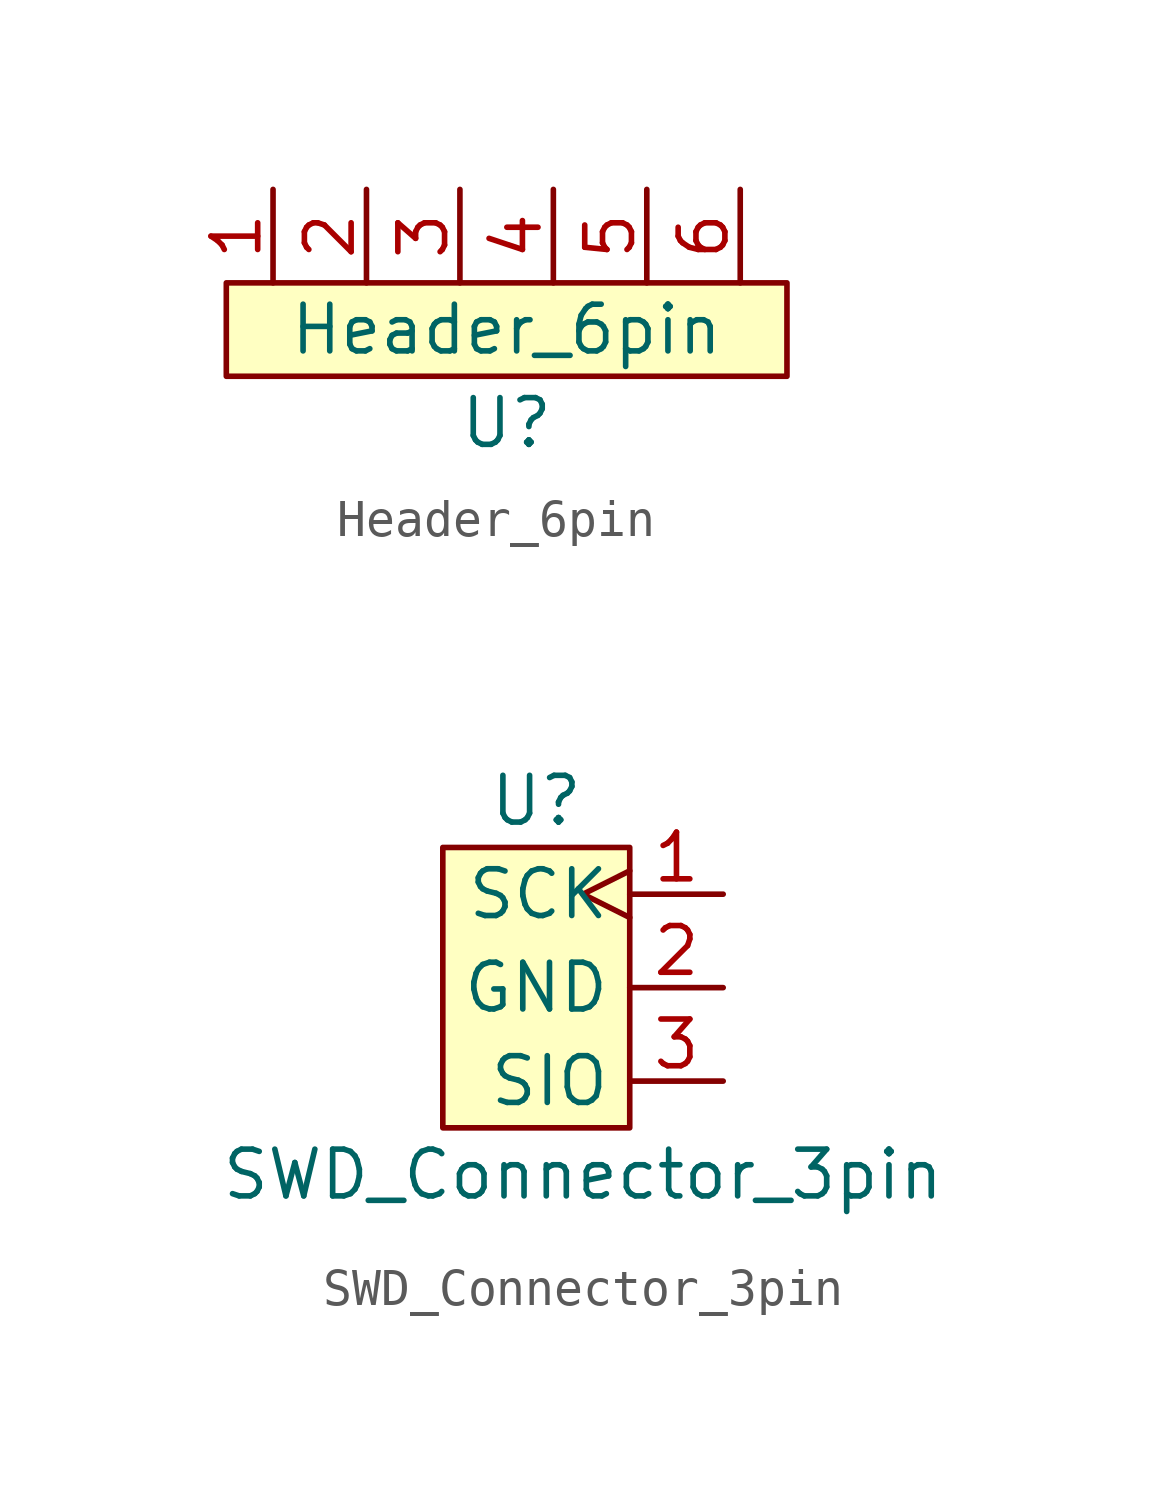
<source format=kicad_sym>
(kicad_symbol_lib
  (version 20211014)
  (generator kicad_symbol_editor)
  (symbol "Header_6pin"
    (property "Reference" "U"
      (at 0 -2.54 0)
      (effects (font (size 1.27 1.27))))
    (property "Value" "Header_6pin"
      (at 0 0 0)
      (effects (font (size 1.27 1.27))))
    (symbol "Header_6pin_0_1"
      (rectangle (start -7.62 1.27) (end 7.62 -1.27) (stroke (width 0) (type default) (color 0 0 0 0)) (fill (type background))))
    (symbol "Header_6pin_1_1"
      (pin unspecified line (at -6.35 3.81 270) (length 2.54) (name "" (effects (font (size 1.27 1.27)))) (number "1" (effects (font (size 1.27 1.27)))))
      (pin unspecified line (at -3.81 3.81 270) (length 2.54) (name "" (effects (font (size 1.27 1.27)))) (number "2" (effects (font (size 1.27 1.27)))))
      (pin unspecified line (at -1.27 3.81 270) (length 2.54) (name "" (effects (font (size 1.27 1.27)))) (number "3" (effects (font (size 1.27 1.27)))))
      (pin unspecified line (at 1.27 3.81 270) (length 2.54) (name "" (effects (font (size 1.27 1.27)))) (number "4" (effects (font (size 1.27 1.27)))))
      (pin unspecified line (at 3.81 3.81 270) (length 2.54) (name "" (effects (font (size 1.27 1.27)))) (number "5" (effects (font (size 1.27 1.27)))))
      (pin unspecified line (at 6.35 3.81 270) (length 2.54) (name "" (effects (font (size 1.27 1.27)))) (number "6" (effects (font (size 1.27 1.27)))))))
  (symbol "SWD_Connector_3pin"
    (property "Reference" "U"
      (at -2.54 8.89 0)
      (effects (font (size 1.27 1.27))))
    (property "Value" "SWD_Connector_3pin"
      (at -1.27 -1.27 0)
      (effects (font (size 1.27 1.27))))
    (symbol "SWD_Connector_3pin_0_1"
      (rectangle (start 0 7.62) (end -5.08 0) (stroke (width 0) (type default) (color 0 0 0 0)) (fill (type background))))
    (symbol "SWD_Connector_3pin_1_1"
      (pin bidirectional clock (at 2.54 6.35 180) (length 2.54) (name "SCK" (effects (font (size 1.27 1.27)))) (number "1" (effects (font (size 1.27 1.27)))))
      (pin passive line (at 2.54 3.81 180) (length 2.54) (name "GND" (effects (font (size 1.27 1.27)))) (number "2" (effects (font (size 1.27 1.27)))))
      (pin bidirectional line (at 2.54 1.27 180) (length 2.54) (name "SIO" (effects (font (size 1.27 1.27)))) (number "3" (effects (font (size 1.27 1.27))))))))
</source>
